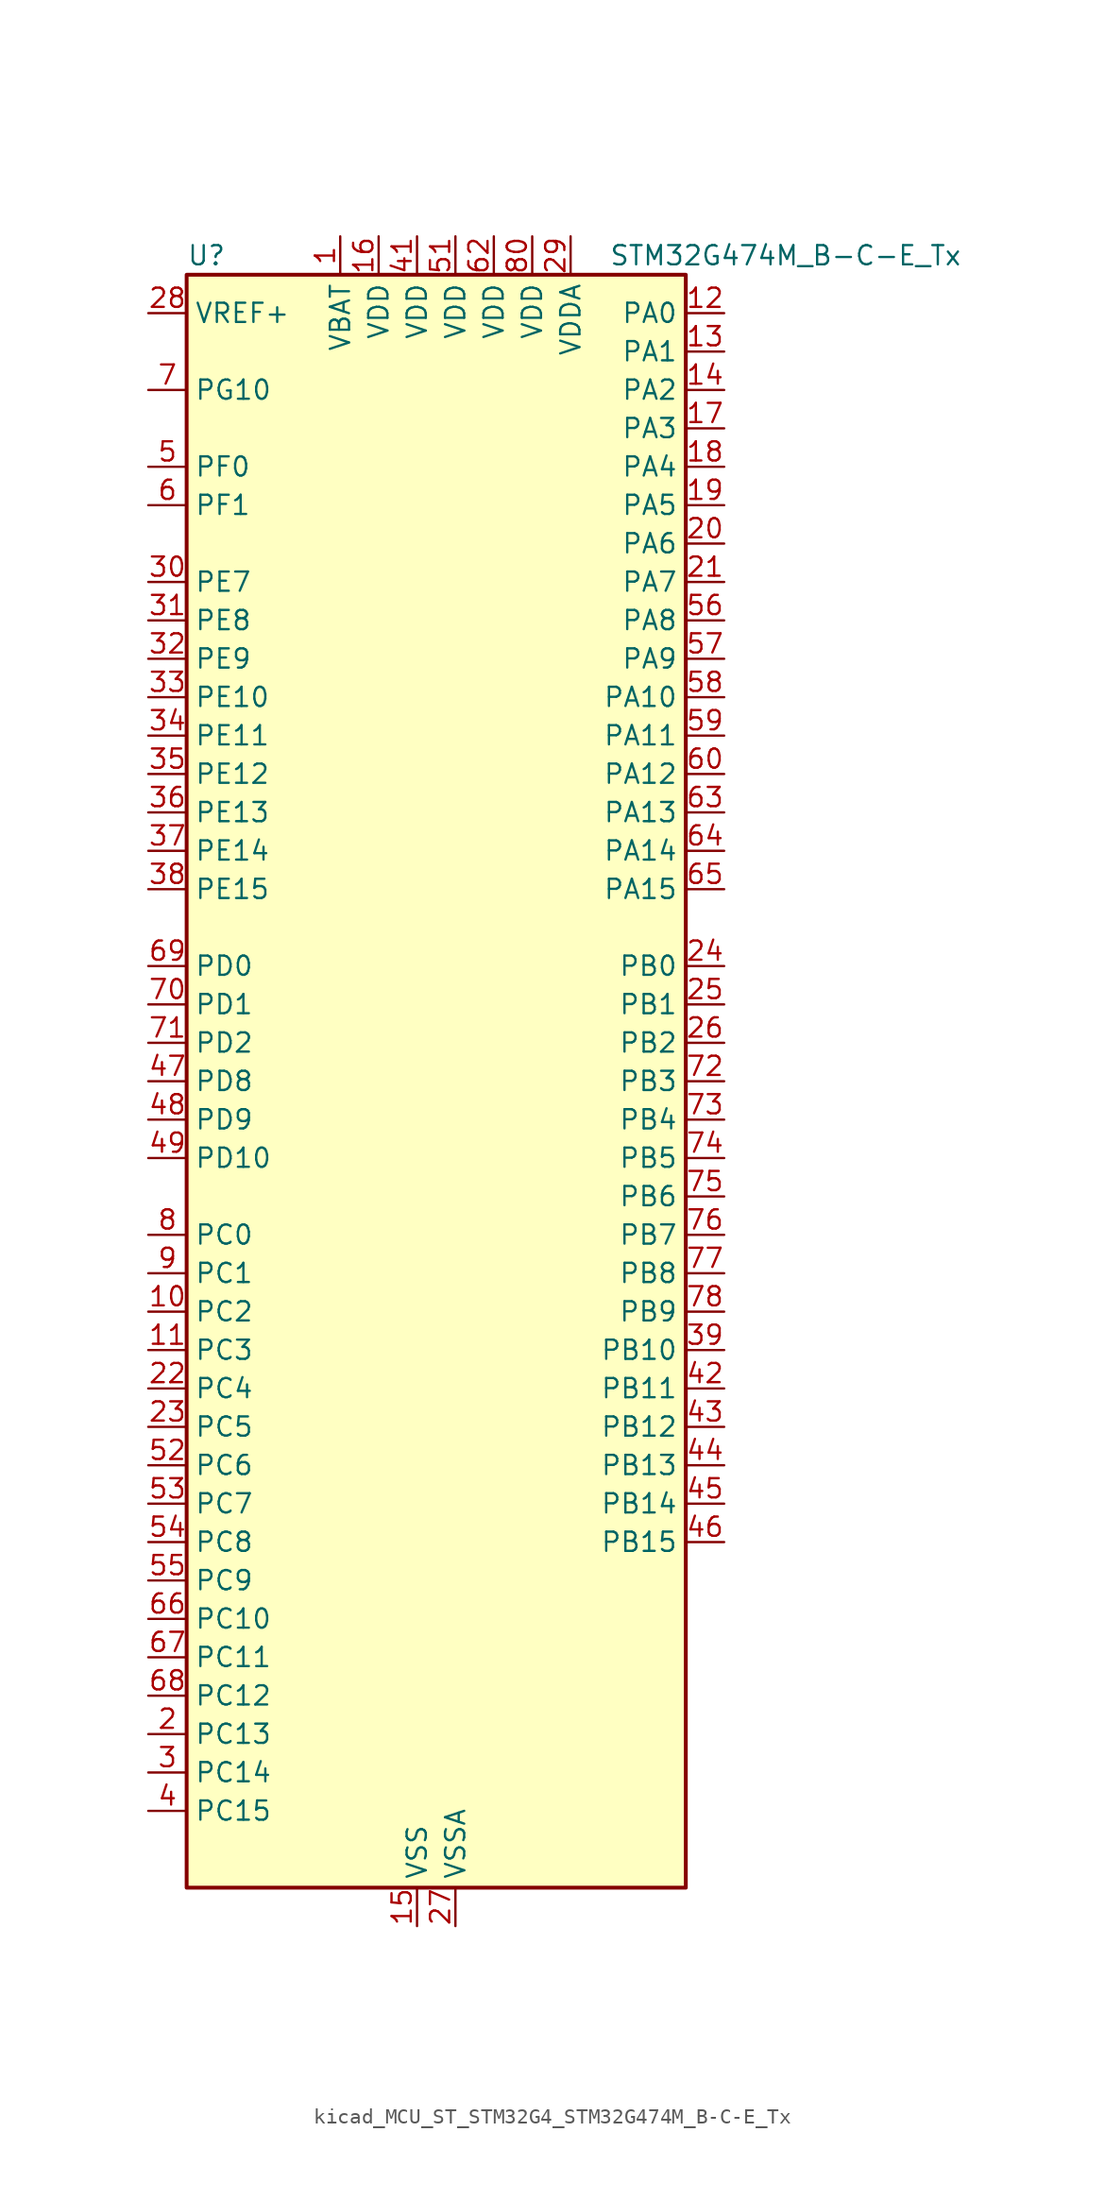
<source format=kicad_sym>
(kicad_symbol_lib
  (version 20220914)
  (generator kicad_symbol_editor)
  (symbol "kicad_MCU_ST_STM32G4_STM32G474M_B-C-E_Tx"
    (property "Reference" "U"
      (at -15.24 54.61 0)
      (effects (font (size 1.27 1.27)) (justify left)))
    (property "Value" "STM32G474M_B-C-E_Tx"
      (at 12.7 54.61 0)
      (effects (font (size 1.27 1.27)) (justify left)))
    (property "ki_locked" ""
      (at 0 0 0)
      (effects (font (size 1.27 1.27))))
    (symbol "kicad_MCU_ST_STM32G4_STM32G474M_B-C-E_Tx_0_1"
      (rectangle (start -15.24 -53.34) (end 17.78 53.34) (stroke (width 0.254) (type default)) (fill (type background))))
    (symbol "kicad_MCU_ST_STM32G4_STM32G474M_B-C-E_Tx_1_1"
      (pin power_in line (at -5.08 55.88 270) (length 2.54) (name "VBAT" (effects (font (size 1.27 1.27)))) (number "1" (effects (font (size 1.27 1.27)))))
      (pin bidirectional line (at -17.78 -15.24 0) (length 2.54) (name "PC2" (effects (font (size 1.27 1.27)))) (number "10" (effects (font (size 1.27 1.27)))) (alternate "ADC1_IN8" bidirectional line) (alternate "ADC2_IN8" bidirectional line) (alternate "ADC3_EXTI2" bidirectional line) (alternate "ADC4_EXTI2" bidirectional line) (alternate "ADC5_EXTI2" bidirectional line) (alternate "COMP3_OUT" bidirectional line) (alternate "LPTIM1_IN2" bidirectional line) (alternate "QUADSPI1_BK2_IO1" bidirectional line) (alternate "TIM1_CH3" bidirectional line) (alternate "TIM20_CH2" bidirectional line))
      (pin bidirectional line (at -17.78 -17.78 0) (length 2.54) (name "PC3" (effects (font (size 1.27 1.27)))) (number "11" (effects (font (size 1.27 1.27)))) (alternate "ADC1_IN9" bidirectional line) (alternate "ADC2_IN9" bidirectional line) (alternate "ADC3_EXTI3" bidirectional line) (alternate "ADC4_EXTI3" bidirectional line) (alternate "ADC5_EXTI3" bidirectional line) (alternate "LPTIM1_ETR" bidirectional line) (alternate "OPAMP5_VINP" bidirectional line) (alternate "OPAMP5_VINP_SEC" bidirectional line) (alternate "QUADSPI1_BK2_IO2" bidirectional line) (alternate "SAI1_D1" bidirectional line) (alternate "SAI1_SD_A" bidirectional line) (alternate "TIM1_BKIN2" bidirectional line) (alternate "TIM1_CH4" bidirectional line))
      (pin bidirectional line (at 20.32 50.8 180) (length 2.54) (name "PA0" (effects (font (size 1.27 1.27)))) (number "12" (effects (font (size 1.27 1.27)))) (alternate "ADC1_IN1" bidirectional line) (alternate "ADC2_IN1" bidirectional line) (alternate "COMP1_INM" bidirectional line) (alternate "COMP1_OUT" bidirectional line) (alternate "COMP3_INP" bidirectional line) (alternate "RTC_TAMP2" bidirectional line) (alternate "SYS_WKUP1" bidirectional line) (alternate "TIM2_CH1" bidirectional line) (alternate "TIM2_ETR" bidirectional line) (alternate "TIM5_CH1" bidirectional line) (alternate "TIM8_BKIN" bidirectional line) (alternate "TIM8_ETR" bidirectional line) (alternate "USART2_CTS" bidirectional line) (alternate "USART2_NSS" bidirectional line))
      (pin bidirectional line (at 20.32 48.26 180) (length 2.54) (name "PA1" (effects (font (size 1.27 1.27)))) (number "13" (effects (font (size 1.27 1.27)))) (alternate "ADC1_IN2" bidirectional line) (alternate "ADC2_IN2" bidirectional line) (alternate "COMP1_INP" bidirectional line) (alternate "OPAMP1_VINP" bidirectional line) (alternate "OPAMP1_VINP_SEC" bidirectional line) (alternate "OPAMP3_VINP" bidirectional line) (alternate "OPAMP3_VINP_SEC" bidirectional line) (alternate "OPAMP6_VINM" bidirectional line) (alternate "OPAMP6_VINM0" bidirectional line) (alternate "OPAMP6_VINM_SEC" bidirectional line) (alternate "RTC_REFIN" bidirectional line) (alternate "TIM15_CH1N" bidirectional line) (alternate "TIM2_CH2" bidirectional line) (alternate "TIM5_CH2" bidirectional line) (alternate "USART2_DE" bidirectional line) (alternate "USART2_RTS" bidirectional line))
      (pin bidirectional line (at 20.32 45.72 180) (length 2.54) (name "PA2" (effects (font (size 1.27 1.27)))) (number "14" (effects (font (size 1.27 1.27)))) (alternate "ADC1_IN3" bidirectional line) (alternate "ADC3_EXTI2" bidirectional line) (alternate "ADC4_EXTI2" bidirectional line) (alternate "ADC5_EXTI2" bidirectional line) (alternate "COMP2_INM" bidirectional line) (alternate "COMP2_OUT" bidirectional line) (alternate "LPUART1_TX" bidirectional line) (alternate "OPAMP1_VOUT" bidirectional line) (alternate "QUADSPI1_BK1_NCS" bidirectional line) (alternate "RCC_LSCO" bidirectional line) (alternate "SYS_WKUP4" bidirectional line) (alternate "TIM15_CH1" bidirectional line) (alternate "TIM2_CH3" bidirectional line) (alternate "TIM5_CH3" bidirectional line) (alternate "UCPD1_FRSTX1" bidirectional line) (alternate "UCPD1_FRSTX2" bidirectional line) (alternate "USART2_TX" bidirectional line))
      (pin power_in line (at 0 -55.88 90) (length 2.54) (name "VSS" (effects (font (size 1.27 1.27)))) (number "15" (effects (font (size 1.27 1.27)))))
      (pin power_in line (at -2.54 55.88 270) (length 2.54) (name "VDD" (effects (font (size 1.27 1.27)))) (number "16" (effects (font (size 1.27 1.27)))))
      (pin bidirectional line (at 20.32 43.18 180) (length 2.54) (name "PA3" (effects (font (size 1.27 1.27)))) (number "17" (effects (font (size 1.27 1.27)))) (alternate "ADC1_IN4" bidirectional line) (alternate "ADC3_EXTI3" bidirectional line) (alternate "ADC4_EXTI3" bidirectional line) (alternate "ADC5_EXTI3" bidirectional line) (alternate "COMP2_INP" bidirectional line) (alternate "LPUART1_RX" bidirectional line) (alternate "OPAMP1_VINM" bidirectional line) (alternate "OPAMP1_VINM0" bidirectional line) (alternate "OPAMP1_VINM_SEC" bidirectional line) (alternate "OPAMP1_VINP" bidirectional line) (alternate "OPAMP1_VINP_SEC" bidirectional line) (alternate "OPAMP5_VINM" bidirectional line) (alternate "OPAMP5_VINM1" bidirectional line) (alternate "OPAMP5_VINM_SEC" bidirectional line) (alternate "QUADSPI1_CLK" bidirectional line) (alternate "SAI1_CK1" bidirectional line) (alternate "SAI1_MCLK_A" bidirectional line) (alternate "TIM15_CH2" bidirectional line) (alternate "TIM2_CH4" bidirectional line) (alternate "TIM5_CH4" bidirectional line) (alternate "USART2_RX" bidirectional line))
      (pin bidirectional line (at 20.32 40.64 180) (length 2.54) (name "PA4" (effects (font (size 1.27 1.27)))) (number "18" (effects (font (size 1.27 1.27)))) (alternate "ADC2_IN17" bidirectional line) (alternate "COMP1_INM" bidirectional line) (alternate "DAC1_OUT1" bidirectional line) (alternate "I2S3_WS" bidirectional line) (alternate "SAI1_FS_B" bidirectional line) (alternate "SPI1_NSS" bidirectional line) (alternate "SPI3_NSS" bidirectional line) (alternate "TIM3_CH2" bidirectional line) (alternate "USART2_CK" bidirectional line))
      (pin bidirectional line (at 20.32 38.1 180) (length 2.54) (name "PA5" (effects (font (size 1.27 1.27)))) (number "19" (effects (font (size 1.27 1.27)))) (alternate "ADC2_IN13" bidirectional line) (alternate "COMP2_INM" bidirectional line) (alternate "DAC1_OUT2" bidirectional line) (alternate "OPAMP2_VINM" bidirectional line) (alternate "OPAMP2_VINM0" bidirectional line) (alternate "OPAMP2_VINM_SEC" bidirectional line) (alternate "SPI1_SCK" bidirectional line) (alternate "TIM2_CH1" bidirectional line) (alternate "TIM2_ETR" bidirectional line) (alternate "UCPD1_FRSTX1" bidirectional line) (alternate "UCPD1_FRSTX2" bidirectional line))
      (pin bidirectional line (at -17.78 -43.18 0) (length 2.54) (name "PC13" (effects (font (size 1.27 1.27)))) (number "2" (effects (font (size 1.27 1.27)))) (alternate "RTC_OUT1" bidirectional line) (alternate "RTC_TAMP1" bidirectional line) (alternate "RTC_TS" bidirectional line) (alternate "SYS_WKUP2" bidirectional line) (alternate "TIM1_BKIN" bidirectional line) (alternate "TIM1_CH1N" bidirectional line) (alternate "TIM8_CH4N" bidirectional line))
      (pin bidirectional line (at 20.32 35.56 180) (length 2.54) (name "PA6" (effects (font (size 1.27 1.27)))) (number "20" (effects (font (size 1.27 1.27)))) (alternate "ADC2_IN3" bidirectional line) (alternate "COMP1_OUT" bidirectional line) (alternate "DAC2_OUT1" bidirectional line) (alternate "LPUART1_CTS" bidirectional line) (alternate "OPAMP2_VOUT" bidirectional line) (alternate "QUADSPI1_BK1_IO3" bidirectional line) (alternate "SPI1_MISO" bidirectional line) (alternate "TIM16_CH1" bidirectional line) (alternate "TIM1_BKIN" bidirectional line) (alternate "TIM3_CH1" bidirectional line) (alternate "TIM8_BKIN" bidirectional line))
      (pin bidirectional line (at 20.32 33.02 180) (length 2.54) (name "PA7" (effects (font (size 1.27 1.27)))) (number "21" (effects (font (size 1.27 1.27)))) (alternate "ADC2_IN4" bidirectional line) (alternate "COMP2_INP" bidirectional line) (alternate "COMP2_OUT" bidirectional line) (alternate "OPAMP1_VINP" bidirectional line) (alternate "OPAMP1_VINP_SEC" bidirectional line) (alternate "OPAMP2_VINP" bidirectional line) (alternate "OPAMP2_VINP_SEC" bidirectional line) (alternate "QUADSPI1_BK1_IO2" bidirectional line) (alternate "SPI1_MOSI" bidirectional line) (alternate "TIM17_CH1" bidirectional line) (alternate "TIM1_CH1N" bidirectional line) (alternate "TIM3_CH2" bidirectional line) (alternate "TIM8_CH1N" bidirectional line) (alternate "UCPD1_FRSTX1" bidirectional line) (alternate "UCPD1_FRSTX2" bidirectional line))
      (pin bidirectional line (at -17.78 -20.32 0) (length 2.54) (name "PC4" (effects (font (size 1.27 1.27)))) (number "22" (effects (font (size 1.27 1.27)))) (alternate "ADC2_IN5" bidirectional line) (alternate "I2C2_SCL" bidirectional line) (alternate "QUADSPI1_BK2_IO3" bidirectional line) (alternate "TIM1_ETR" bidirectional line) (alternate "USART1_TX" bidirectional line))
      (pin bidirectional line (at -17.78 -22.86 0) (length 2.54) (name "PC5" (effects (font (size 1.27 1.27)))) (number "23" (effects (font (size 1.27 1.27)))) (alternate "ADC2_IN11" bidirectional line) (alternate "HRTIM1_EEV10" bidirectional line) (alternate "OPAMP1_VINM" bidirectional line) (alternate "OPAMP1_VINM1" bidirectional line) (alternate "OPAMP1_VINM_SEC" bidirectional line) (alternate "OPAMP2_VINM" bidirectional line) (alternate "OPAMP2_VINM1" bidirectional line) (alternate "OPAMP2_VINM_SEC" bidirectional line) (alternate "SAI1_D3" bidirectional line) (alternate "SYS_WKUP5" bidirectional line) (alternate "TIM15_BKIN" bidirectional line) (alternate "TIM1_CH4N" bidirectional line) (alternate "USART1_RX" bidirectional line))
      (pin bidirectional line (at 20.32 7.62 180) (length 2.54) (name "PB0" (effects (font (size 1.27 1.27)))) (number "24" (effects (font (size 1.27 1.27)))) (alternate "ADC1_IN15" bidirectional line) (alternate "ADC3_IN12" bidirectional line) (alternate "COMP4_INP" bidirectional line) (alternate "HRTIM1_FLT5" bidirectional line) (alternate "OPAMP2_VINP" bidirectional line) (alternate "OPAMP2_VINP_SEC" bidirectional line) (alternate "OPAMP3_VINP" bidirectional line) (alternate "OPAMP3_VINP_SEC" bidirectional line) (alternate "QUADSPI1_BK1_IO1" bidirectional line) (alternate "TIM1_CH2N" bidirectional line) (alternate "TIM3_CH3" bidirectional line) (alternate "TIM8_CH2N" bidirectional line) (alternate "UCPD1_FRSTX1" bidirectional line) (alternate "UCPD1_FRSTX2" bidirectional line))
      (pin bidirectional line (at 20.32 5.08 180) (length 2.54) (name "PB1" (effects (font (size 1.27 1.27)))) (number "25" (effects (font (size 1.27 1.27)))) (alternate "ADC1_IN12" bidirectional line) (alternate "ADC3_IN1" bidirectional line) (alternate "COMP1_INP" bidirectional line) (alternate "COMP4_OUT" bidirectional line) (alternate "HRTIM1_SCOUT" bidirectional line) (alternate "LPUART1_DE" bidirectional line) (alternate "LPUART1_RTS" bidirectional line) (alternate "OPAMP3_VOUT" bidirectional line) (alternate "OPAMP6_VINM" bidirectional line) (alternate "OPAMP6_VINM1" bidirectional line) (alternate "OPAMP6_VINM_SEC" bidirectional line) (alternate "QUADSPI1_BK1_IO0" bidirectional line) (alternate "TIM1_CH3N" bidirectional line) (alternate "TIM3_CH4" bidirectional line) (alternate "TIM8_CH3N" bidirectional line))
      (pin bidirectional line (at 20.32 2.54 180) (length 2.54) (name "PB2" (effects (font (size 1.27 1.27)))) (number "26" (effects (font (size 1.27 1.27)))) (alternate "ADC2_IN12" bidirectional line) (alternate "ADC3_EXTI2" bidirectional line) (alternate "ADC4_EXTI2" bidirectional line) (alternate "ADC5_EXTI2" bidirectional line) (alternate "COMP4_INM" bidirectional line) (alternate "HRTIM1_SCIN" bidirectional line) (alternate "I2C3_SMBA" bidirectional line) (alternate "LPTIM1_OUT" bidirectional line) (alternate "OPAMP3_VINM" bidirectional line) (alternate "OPAMP3_VINM0" bidirectional line) (alternate "OPAMP3_VINM_SEC" bidirectional line) (alternate "QUADSPI1_BK2_IO1" bidirectional line) (alternate "RTC_OUT2" bidirectional line) (alternate "TIM20_CH1" bidirectional line) (alternate "TIM5_CH1" bidirectional line))
      (pin power_in line (at 2.54 -55.88 90) (length 2.54) (name "VSSA" (effects (font (size 1.27 1.27)))) (number "27" (effects (font (size 1.27 1.27)))))
      (pin input line (at -17.78 50.8 0) (length 2.54) (name "VREF+" (effects (font (size 1.27 1.27)))) (number "28" (effects (font (size 1.27 1.27)))) (alternate "VREFBUF_OUT" bidirectional line))
      (pin power_in line (at 10.16 55.88 270) (length 2.54) (name "VDDA" (effects (font (size 1.27 1.27)))) (number "29" (effects (font (size 1.27 1.27)))))
      (pin bidirectional line (at -17.78 -45.72 0) (length 2.54) (name "PC14" (effects (font (size 1.27 1.27)))) (number "3" (effects (font (size 1.27 1.27)))) (alternate "RCC_OSC32_IN" bidirectional line))
      (pin bidirectional line (at -17.78 33.02 0) (length 2.54) (name "PE7" (effects (font (size 1.27 1.27)))) (number "30" (effects (font (size 1.27 1.27)))) (alternate "ADC3_IN4" bidirectional line) (alternate "COMP4_INP" bidirectional line) (alternate "SAI1_SD_B" bidirectional line) (alternate "TIM1_ETR" bidirectional line))
      (pin bidirectional line (at -17.78 30.48 0) (length 2.54) (name "PE8" (effects (font (size 1.27 1.27)))) (number "31" (effects (font (size 1.27 1.27)))) (alternate "ADC3_IN6" bidirectional line) (alternate "ADC4_IN6" bidirectional line) (alternate "ADC5_IN6" bidirectional line) (alternate "COMP4_INM" bidirectional line) (alternate "SAI1_SCK_B" bidirectional line) (alternate "TIM1_CH1N" bidirectional line) (alternate "TIM5_CH3" bidirectional line))
      (pin bidirectional line (at -17.78 27.94 0) (length 2.54) (name "PE9" (effects (font (size 1.27 1.27)))) (number "32" (effects (font (size 1.27 1.27)))) (alternate "ADC3_IN2" bidirectional line) (alternate "DAC1_EXTI9" bidirectional line) (alternate "DAC2_EXTI9" bidirectional line) (alternate "DAC3_EXTI9" bidirectional line) (alternate "DAC4_EXTI9" bidirectional line) (alternate "SAI1_FS_B" bidirectional line) (alternate "TIM1_CH1" bidirectional line) (alternate "TIM5_CH4" bidirectional line))
      (pin bidirectional line (at -17.78 25.4 0) (length 2.54) (name "PE10" (effects (font (size 1.27 1.27)))) (number "33" (effects (font (size 1.27 1.27)))) (alternate "ADC3_IN14" bidirectional line) (alternate "ADC4_IN14" bidirectional line) (alternate "ADC5_IN14" bidirectional line) (alternate "DAC1_EXTI10" bidirectional line) (alternate "DAC2_EXTI10" bidirectional line) (alternate "DAC3_EXTI10" bidirectional line) (alternate "DAC4_EXTI10" bidirectional line) (alternate "QUADSPI1_CLK" bidirectional line) (alternate "SAI1_MCLK_B" bidirectional line) (alternate "TIM1_CH2N" bidirectional line))
      (pin bidirectional line (at -17.78 22.86 0) (length 2.54) (name "PE11" (effects (font (size 1.27 1.27)))) (number "34" (effects (font (size 1.27 1.27)))) (alternate "ADC1_EXTI11" bidirectional line) (alternate "ADC2_EXTI11" bidirectional line) (alternate "ADC3_IN15" bidirectional line) (alternate "ADC4_IN15" bidirectional line) (alternate "ADC5_IN15" bidirectional line) (alternate "QUADSPI1_BK1_NCS" bidirectional line) (alternate "SPI4_NSS" bidirectional line) (alternate "TIM1_CH2" bidirectional line))
      (pin bidirectional line (at -17.78 20.32 0) (length 2.54) (name "PE12" (effects (font (size 1.27 1.27)))) (number "35" (effects (font (size 1.27 1.27)))) (alternate "ADC3_IN16" bidirectional line) (alternate "ADC4_IN16" bidirectional line) (alternate "ADC5_IN16" bidirectional line) (alternate "QUADSPI1_BK1_IO0" bidirectional line) (alternate "SPI4_SCK" bidirectional line) (alternate "TIM1_CH3N" bidirectional line))
      (pin bidirectional line (at -17.78 17.78 0) (length 2.54) (name "PE13" (effects (font (size 1.27 1.27)))) (number "36" (effects (font (size 1.27 1.27)))) (alternate "ADC3_IN3" bidirectional line) (alternate "QUADSPI1_BK1_IO1" bidirectional line) (alternate "SPI4_MISO" bidirectional line) (alternate "TIM1_CH3" bidirectional line))
      (pin bidirectional line (at -17.78 15.24 0) (length 2.54) (name "PE14" (effects (font (size 1.27 1.27)))) (number "37" (effects (font (size 1.27 1.27)))) (alternate "ADC4_IN1" bidirectional line) (alternate "QUADSPI1_BK1_IO2" bidirectional line) (alternate "SPI4_MOSI" bidirectional line) (alternate "TIM1_BKIN2" bidirectional line) (alternate "TIM1_CH4" bidirectional line))
      (pin bidirectional line (at -17.78 12.7 0) (length 2.54) (name "PE15" (effects (font (size 1.27 1.27)))) (number "38" (effects (font (size 1.27 1.27)))) (alternate "ADC1_EXTI15" bidirectional line) (alternate "ADC2_EXTI15" bidirectional line) (alternate "ADC4_IN2" bidirectional line) (alternate "QUADSPI1_BK1_IO3" bidirectional line) (alternate "TIM1_BKIN" bidirectional line) (alternate "TIM1_CH4N" bidirectional line) (alternate "USART3_RX" bidirectional line))
      (pin bidirectional line (at 20.32 -17.78 180) (length 2.54) (name "PB10" (effects (font (size 1.27 1.27)))) (number "39" (effects (font (size 1.27 1.27)))) (alternate "COMP5_INM" bidirectional line) (alternate "DAC1_EXTI10" bidirectional line) (alternate "DAC2_EXTI10" bidirectional line) (alternate "DAC3_EXTI10" bidirectional line) (alternate "DAC4_EXTI10" bidirectional line) (alternate "HRTIM1_FLT3" bidirectional line) (alternate "LPUART1_RX" bidirectional line) (alternate "OPAMP3_VINM" bidirectional line) (alternate "OPAMP3_VINM1" bidirectional line) (alternate "OPAMP3_VINM_SEC" bidirectional line) (alternate "OPAMP4_VINM" bidirectional line) (alternate "OPAMP4_VINM0" bidirectional line) (alternate "OPAMP4_VINM_SEC" bidirectional line) (alternate "QUADSPI1_CLK" bidirectional line) (alternate "SAI1_SCK_A" bidirectional line) (alternate "TIM1_BKIN" bidirectional line) (alternate "TIM2_CH3" bidirectional line) (alternate "USART3_TX" bidirectional line))
      (pin bidirectional line (at -17.78 -48.26 0) (length 2.54) (name "PC15" (effects (font (size 1.27 1.27)))) (number "4" (effects (font (size 1.27 1.27)))) (alternate "ADC1_EXTI15" bidirectional line) (alternate "ADC2_EXTI15" bidirectional line) (alternate "RCC_OSC32_OUT" bidirectional line))
      (pin passive line (at 0 -55.88 90) (length 2.54) hide (name "VSS" (effects (font (size 1.27 1.27)))) (number "40" (effects (font (size 1.27 1.27)))))
      (pin power_in line (at 0 55.88 270) (length 2.54) (name "VDD" (effects (font (size 1.27 1.27)))) (number "41" (effects (font (size 1.27 1.27)))))
      (pin bidirectional line (at 20.32 -20.32 180) (length 2.54) (name "PB11" (effects (font (size 1.27 1.27)))) (number "42" (effects (font (size 1.27 1.27)))) (alternate "ADC1_EXTI11" bidirectional line) (alternate "ADC1_IN14" bidirectional line) (alternate "ADC2_EXTI11" bidirectional line) (alternate "ADC2_IN14" bidirectional line) (alternate "COMP6_INP" bidirectional line) (alternate "HRTIM1_FLT4" bidirectional line) (alternate "LPUART1_TX" bidirectional line) (alternate "OPAMP4_VINP" bidirectional line) (alternate "OPAMP4_VINP_SEC" bidirectional line) (alternate "OPAMP6_VOUT" bidirectional line) (alternate "QUADSPI1_BK1_NCS" bidirectional line) (alternate "TIM2_CH4" bidirectional line) (alternate "USART3_RX" bidirectional line))
      (pin bidirectional line (at 20.32 -22.86 180) (length 2.54) (name "PB12" (effects (font (size 1.27 1.27)))) (number "43" (effects (font (size 1.27 1.27)))) (alternate "ADC1_IN11" bidirectional line) (alternate "ADC4_IN3" bidirectional line) (alternate "COMP7_INM" bidirectional line) (alternate "FDCAN2_RX" bidirectional line) (alternate "HRTIM1_CHC1" bidirectional line) (alternate "I2C2_SMBA" bidirectional line) (alternate "I2S2_WS" bidirectional line) (alternate "LPUART1_DE" bidirectional line) (alternate "LPUART1_RTS" bidirectional line) (alternate "OPAMP4_VOUT" bidirectional line) (alternate "OPAMP6_VINP" bidirectional line) (alternate "OPAMP6_VINP_SEC" bidirectional line) (alternate "SPI2_NSS" bidirectional line) (alternate "TIM1_BKIN" bidirectional line) (alternate "TIM5_ETR" bidirectional line) (alternate "USART3_CK" bidirectional line))
      (pin bidirectional line (at 20.32 -25.4 180) (length 2.54) (name "PB13" (effects (font (size 1.27 1.27)))) (number "44" (effects (font (size 1.27 1.27)))) (alternate "ADC3_IN5" bidirectional line) (alternate "COMP5_INP" bidirectional line) (alternate "FDCAN2_TX" bidirectional line) (alternate "HRTIM1_CHC2" bidirectional line) (alternate "I2S2_CK" bidirectional line) (alternate "LPUART1_CTS" bidirectional line) (alternate "OPAMP3_VINP" bidirectional line) (alternate "OPAMP3_VINP_SEC" bidirectional line) (alternate "OPAMP4_VINP" bidirectional line) (alternate "OPAMP4_VINP_SEC" bidirectional line) (alternate "OPAMP6_VINP" bidirectional line) (alternate "OPAMP6_VINP_SEC" bidirectional line) (alternate "SPI2_SCK" bidirectional line) (alternate "TIM1_CH1N" bidirectional line) (alternate "USART3_CTS" bidirectional line) (alternate "USART3_NSS" bidirectional line))
      (pin bidirectional line (at 20.32 -27.94 180) (length 2.54) (name "PB14" (effects (font (size 1.27 1.27)))) (number "45" (effects (font (size 1.27 1.27)))) (alternate "ADC1_IN5" bidirectional line) (alternate "ADC4_IN4" bidirectional line) (alternate "COMP4_OUT" bidirectional line) (alternate "COMP7_INP" bidirectional line) (alternate "HRTIM1_CHD1" bidirectional line) (alternate "OPAMP2_VINP" bidirectional line) (alternate "OPAMP2_VINP_SEC" bidirectional line) (alternate "OPAMP5_VINP" bidirectional line) (alternate "OPAMP5_VINP_SEC" bidirectional line) (alternate "SPI2_MISO" bidirectional line) (alternate "TIM15_CH1" bidirectional line) (alternate "TIM1_CH2N" bidirectional line) (alternate "USART3_DE" bidirectional line) (alternate "USART3_RTS" bidirectional line))
      (pin bidirectional line (at 20.32 -30.48 180) (length 2.54) (name "PB15" (effects (font (size 1.27 1.27)))) (number "46" (effects (font (size 1.27 1.27)))) (alternate "ADC1_EXTI15" bidirectional line) (alternate "ADC2_EXTI15" bidirectional line) (alternate "ADC2_IN15" bidirectional line) (alternate "ADC4_IN5" bidirectional line) (alternate "COMP3_OUT" bidirectional line) (alternate "COMP6_INM" bidirectional line) (alternate "HRTIM1_CHD2" bidirectional line) (alternate "I2S2_SD" bidirectional line) (alternate "OPAMP5_VINM" bidirectional line) (alternate "OPAMP5_VINM0" bidirectional line) (alternate "OPAMP5_VINM_SEC" bidirectional line) (alternate "RTC_REFIN" bidirectional line) (alternate "SPI2_MOSI" bidirectional line) (alternate "TIM15_CH1N" bidirectional line) (alternate "TIM15_CH2" bidirectional line) (alternate "TIM1_CH3N" bidirectional line))
      (pin bidirectional line (at -17.78 0 0) (length 2.54) (name "PD8" (effects (font (size 1.27 1.27)))) (number "47" (effects (font (size 1.27 1.27)))) (alternate "ADC4_IN12" bidirectional line) (alternate "ADC5_IN12" bidirectional line) (alternate "OPAMP4_VINM" bidirectional line) (alternate "OPAMP4_VINM1" bidirectional line) (alternate "OPAMP4_VINM_SEC" bidirectional line) (alternate "USART3_TX" bidirectional line))
      (pin bidirectional line (at -17.78 -2.54 0) (length 2.54) (name "PD9" (effects (font (size 1.27 1.27)))) (number "48" (effects (font (size 1.27 1.27)))) (alternate "ADC4_IN13" bidirectional line) (alternate "ADC5_IN13" bidirectional line) (alternate "DAC1_EXTI9" bidirectional line) (alternate "DAC2_EXTI9" bidirectional line) (alternate "DAC3_EXTI9" bidirectional line) (alternate "DAC4_EXTI9" bidirectional line) (alternate "OPAMP6_VINP" bidirectional line) (alternate "OPAMP6_VINP_SEC" bidirectional line) (alternate "USART3_RX" bidirectional line))
      (pin bidirectional line (at -17.78 -5.08 0) (length 2.54) (name "PD10" (effects (font (size 1.27 1.27)))) (number "49" (effects (font (size 1.27 1.27)))) (alternate "ADC3_IN7" bidirectional line) (alternate "ADC4_IN7" bidirectional line) (alternate "ADC5_IN7" bidirectional line) (alternate "COMP6_INM" bidirectional line) (alternate "DAC1_EXTI10" bidirectional line) (alternate "DAC2_EXTI10" bidirectional line) (alternate "DAC3_EXTI10" bidirectional line) (alternate "DAC4_EXTI10" bidirectional line) (alternate "USART3_CK" bidirectional line))
      (pin bidirectional line (at -17.78 40.64 0) (length 2.54) (name "PF0" (effects (font (size 1.27 1.27)))) (number "5" (effects (font (size 1.27 1.27)))) (alternate "ADC1_IN10" bidirectional line) (alternate "I2C2_SDA" bidirectional line) (alternate "I2S2_WS" bidirectional line) (alternate "RCC_OSC_IN" bidirectional line) (alternate "SPI2_NSS" bidirectional line) (alternate "TIM1_CH3N" bidirectional line))
      (pin passive line (at 0 -55.88 90) (length 2.54) hide (name "VSS" (effects (font (size 1.27 1.27)))) (number "50" (effects (font (size 1.27 1.27)))))
      (pin power_in line (at 2.54 55.88 270) (length 2.54) (name "VDD" (effects (font (size 1.27 1.27)))) (number "51" (effects (font (size 1.27 1.27)))))
      (pin bidirectional line (at -17.78 -25.4 0) (length 2.54) (name "PC6" (effects (font (size 1.27 1.27)))) (number "52" (effects (font (size 1.27 1.27)))) (alternate "COMP6_OUT" bidirectional line) (alternate "HRTIM1_CHF1" bidirectional line) (alternate "HRTIM1_EEV10" bidirectional line) (alternate "I2C4_SCL" bidirectional line) (alternate "I2S2_MCK" bidirectional line) (alternate "TIM3_CH1" bidirectional line) (alternate "TIM8_CH1" bidirectional line))
      (pin bidirectional line (at -17.78 -27.94 0) (length 2.54) (name "PC7" (effects (font (size 1.27 1.27)))) (number "53" (effects (font (size 1.27 1.27)))) (alternate "COMP5_OUT" bidirectional line) (alternate "HRTIM1_CHF2" bidirectional line) (alternate "HRTIM1_FLT5" bidirectional line) (alternate "I2C4_SDA" bidirectional line) (alternate "I2S3_MCK" bidirectional line) (alternate "TIM3_CH2" bidirectional line) (alternate "TIM8_CH2" bidirectional line))
      (pin bidirectional line (at -17.78 -30.48 0) (length 2.54) (name "PC8" (effects (font (size 1.27 1.27)))) (number "54" (effects (font (size 1.27 1.27)))) (alternate "COMP7_OUT" bidirectional line) (alternate "HRTIM1_CHE1" bidirectional line) (alternate "I2C3_SCL" bidirectional line) (alternate "TIM20_CH3" bidirectional line) (alternate "TIM3_CH3" bidirectional line) (alternate "TIM8_CH3" bidirectional line))
      (pin bidirectional line (at -17.78 -33.02 0) (length 2.54) (name "PC9" (effects (font (size 1.27 1.27)))) (number "55" (effects (font (size 1.27 1.27)))) (alternate "DAC1_EXTI9" bidirectional line) (alternate "DAC2_EXTI9" bidirectional line) (alternate "DAC3_EXTI9" bidirectional line) (alternate "DAC4_EXTI9" bidirectional line) (alternate "HRTIM1_CHE2" bidirectional line) (alternate "I2C3_SDA" bidirectional line) (alternate "I2S_CKIN" bidirectional line) (alternate "TIM3_CH4" bidirectional line) (alternate "TIM8_BKIN2" bidirectional line) (alternate "TIM8_CH4" bidirectional line))
      (pin bidirectional line (at 20.32 30.48 180) (length 2.54) (name "PA8" (effects (font (size 1.27 1.27)))) (number "56" (effects (font (size 1.27 1.27)))) (alternate "ADC5_IN1" bidirectional line) (alternate "COMP7_OUT" bidirectional line) (alternate "FDCAN3_RX" bidirectional line) (alternate "HRTIM1_CHA1" bidirectional line) (alternate "I2C2_SDA" bidirectional line) (alternate "I2C3_SCL" bidirectional line) (alternate "I2S2_MCK" bidirectional line) (alternate "OPAMP5_VOUT" bidirectional line) (alternate "RCC_MCO" bidirectional line) (alternate "SAI1_CK2" bidirectional line) (alternate "SAI1_SCK_A" bidirectional line) (alternate "TIM1_CH1" bidirectional line) (alternate "TIM4_ETR" bidirectional line) (alternate "USART1_CK" bidirectional line))
      (pin bidirectional line (at 20.32 27.94 180) (length 2.54) (name "PA9" (effects (font (size 1.27 1.27)))) (number "57" (effects (font (size 1.27 1.27)))) (alternate "ADC5_IN2" bidirectional line) (alternate "COMP5_OUT" bidirectional line) (alternate "DAC1_EXTI9" bidirectional line) (alternate "DAC2_EXTI9" bidirectional line) (alternate "DAC3_EXTI9" bidirectional line) (alternate "DAC4_EXTI9" bidirectional line) (alternate "HRTIM1_CHA2" bidirectional line) (alternate "I2C2_SCL" bidirectional line) (alternate "I2C3_SMBA" bidirectional line) (alternate "I2S3_MCK" bidirectional line) (alternate "SAI1_FS_A" bidirectional line) (alternate "TIM15_BKIN" bidirectional line) (alternate "TIM1_CH2" bidirectional line) (alternate "TIM2_CH3" bidirectional line) (alternate "UCPD1_DBCC1" bidirectional line) (alternate "USART1_TX" bidirectional line))
      (pin bidirectional line (at 20.32 25.4 180) (length 2.54) (name "PA10" (effects (font (size 1.27 1.27)))) (number "58" (effects (font (size 1.27 1.27)))) (alternate "COMP6_OUT" bidirectional line) (alternate "CRS_SYNC" bidirectional line) (alternate "DAC1_EXTI10" bidirectional line) (alternate "DAC2_EXTI10" bidirectional line) (alternate "DAC3_EXTI10" bidirectional line) (alternate "DAC4_EXTI10" bidirectional line) (alternate "HRTIM1_CHB1" bidirectional line) (alternate "I2C2_SMBA" bidirectional line) (alternate "SAI1_D1" bidirectional line) (alternate "SAI1_SD_A" bidirectional line) (alternate "SPI2_MISO" bidirectional line) (alternate "TIM17_BKIN" bidirectional line) (alternate "TIM1_CH3" bidirectional line) (alternate "TIM2_CH4" bidirectional line) (alternate "TIM8_BKIN" bidirectional line) (alternate "UCPD1_DBCC2" bidirectional line) (alternate "USART1_RX" bidirectional line))
      (pin bidirectional line (at 20.32 22.86 180) (length 2.54) (name "PA11" (effects (font (size 1.27 1.27)))) (number "59" (effects (font (size 1.27 1.27)))) (alternate "ADC1_EXTI11" bidirectional line) (alternate "ADC2_EXTI11" bidirectional line) (alternate "COMP1_OUT" bidirectional line) (alternate "FDCAN1_RX" bidirectional line) (alternate "HRTIM1_CHB2" bidirectional line) (alternate "I2S2_SD" bidirectional line) (alternate "SPI2_MOSI" bidirectional line) (alternate "TIM1_BKIN2" bidirectional line) (alternate "TIM1_CH1N" bidirectional line) (alternate "TIM1_CH4" bidirectional line) (alternate "TIM4_CH1" bidirectional line) (alternate "USART1_CTS" bidirectional line) (alternate "USART1_NSS" bidirectional line) (alternate "USB_DM" bidirectional line))
      (pin bidirectional line (at -17.78 38.1 0) (length 2.54) (name "PF1" (effects (font (size 1.27 1.27)))) (number "6" (effects (font (size 1.27 1.27)))) (alternate "ADC2_IN10" bidirectional line) (alternate "COMP3_INM" bidirectional line) (alternate "I2S2_CK" bidirectional line) (alternate "RCC_OSC_OUT" bidirectional line) (alternate "SPI2_SCK" bidirectional line))
      (pin bidirectional line (at 20.32 20.32 180) (length 2.54) (name "PA12" (effects (font (size 1.27 1.27)))) (number "60" (effects (font (size 1.27 1.27)))) (alternate "COMP2_OUT" bidirectional line) (alternate "FDCAN1_TX" bidirectional line) (alternate "HRTIM1_FLT1" bidirectional line) (alternate "I2S_CKIN" bidirectional line) (alternate "TIM16_CH1" bidirectional line) (alternate "TIM1_CH2N" bidirectional line) (alternate "TIM1_ETR" bidirectional line) (alternate "TIM4_CH2" bidirectional line) (alternate "USART1_DE" bidirectional line) (alternate "USART1_RTS" bidirectional line) (alternate "USB_DP" bidirectional line))
      (pin passive line (at 0 -55.88 90) (length 2.54) hide (name "VSS" (effects (font (size 1.27 1.27)))) (number "61" (effects (font (size 1.27 1.27)))))
      (pin power_in line (at 5.08 55.88 270) (length 2.54) (name "VDD" (effects (font (size 1.27 1.27)))) (number "62" (effects (font (size 1.27 1.27)))))
      (pin bidirectional line (at 20.32 17.78 180) (length 2.54) (name "PA13" (effects (font (size 1.27 1.27)))) (number "63" (effects (font (size 1.27 1.27)))) (alternate "I2C1_SCL" bidirectional line) (alternate "I2C4_SCL" bidirectional line) (alternate "IR_OUT" bidirectional line) (alternate "SAI1_SD_B" bidirectional line) (alternate "SYS_JTMS-SWDIO" bidirectional line) (alternate "TIM16_CH1N" bidirectional line) (alternate "TIM4_CH3" bidirectional line) (alternate "USART3_CTS" bidirectional line) (alternate "USART3_NSS" bidirectional line))
      (pin bidirectional line (at 20.32 15.24 180) (length 2.54) (name "PA14" (effects (font (size 1.27 1.27)))) (number "64" (effects (font (size 1.27 1.27)))) (alternate "I2C1_SDA" bidirectional line) (alternate "I2C4_SMBA" bidirectional line) (alternate "LPTIM1_OUT" bidirectional line) (alternate "SAI1_FS_B" bidirectional line) (alternate "SYS_JTCK-SWCLK" bidirectional line) (alternate "TIM1_BKIN" bidirectional line) (alternate "TIM8_CH2" bidirectional line) (alternate "USART2_TX" bidirectional line))
      (pin bidirectional line (at 20.32 12.7 180) (length 2.54) (name "PA15" (effects (font (size 1.27 1.27)))) (number "65" (effects (font (size 1.27 1.27)))) (alternate "ADC1_EXTI15" bidirectional line) (alternate "ADC2_EXTI15" bidirectional line) (alternate "FDCAN3_TX" bidirectional line) (alternate "HRTIM1_FLT2" bidirectional line) (alternate "I2C1_SCL" bidirectional line) (alternate "I2S3_WS" bidirectional line) (alternate "SPI1_NSS" bidirectional line) (alternate "SPI3_NSS" bidirectional line) (alternate "SYS_JTDI" bidirectional line) (alternate "TIM1_BKIN" bidirectional line) (alternate "TIM2_CH1" bidirectional line) (alternate "TIM2_ETR" bidirectional line) (alternate "TIM8_CH1" bidirectional line) (alternate "UART4_DE" bidirectional line) (alternate "UART4_RTS" bidirectional line) (alternate "USART2_RX" bidirectional line))
      (pin bidirectional line (at -17.78 -35.56 0) (length 2.54) (name "PC10" (effects (font (size 1.27 1.27)))) (number "66" (effects (font (size 1.27 1.27)))) (alternate "DAC1_EXTI10" bidirectional line) (alternate "DAC2_EXTI10" bidirectional line) (alternate "DAC3_EXTI10" bidirectional line) (alternate "DAC4_EXTI10" bidirectional line) (alternate "HRTIM1_FLT6" bidirectional line) (alternate "I2S3_CK" bidirectional line) (alternate "SPI3_SCK" bidirectional line) (alternate "TIM8_CH1N" bidirectional line) (alternate "UART4_TX" bidirectional line) (alternate "USART3_TX" bidirectional line))
      (pin bidirectional line (at -17.78 -38.1 0) (length 2.54) (name "PC11" (effects (font (size 1.27 1.27)))) (number "67" (effects (font (size 1.27 1.27)))) (alternate "ADC1_EXTI11" bidirectional line) (alternate "ADC2_EXTI11" bidirectional line) (alternate "HRTIM1_EEV2" bidirectional line) (alternate "I2C3_SDA" bidirectional line) (alternate "SPI3_MISO" bidirectional line) (alternate "TIM8_CH2N" bidirectional line) (alternate "UART4_RX" bidirectional line) (alternate "USART3_RX" bidirectional line))
      (pin bidirectional line (at -17.78 -40.64 0) (length 2.54) (name "PC12" (effects (font (size 1.27 1.27)))) (number "68" (effects (font (size 1.27 1.27)))) (alternate "HRTIM1_EEV1" bidirectional line) (alternate "I2S3_SD" bidirectional line) (alternate "SPI3_MOSI" bidirectional line) (alternate "TIM5_CH2" bidirectional line) (alternate "TIM8_CH3N" bidirectional line) (alternate "UART5_TX" bidirectional line) (alternate "UCPD1_FRSTX1" bidirectional line) (alternate "UCPD1_FRSTX2" bidirectional line) (alternate "USART3_CK" bidirectional line))
      (pin bidirectional line (at -17.78 7.62 0) (length 2.54) (name "PD0" (effects (font (size 1.27 1.27)))) (number "69" (effects (font (size 1.27 1.27)))) (alternate "FDCAN1_RX" bidirectional line) (alternate "TIM8_CH4N" bidirectional line))
      (pin bidirectional line (at -17.78 45.72 0) (length 2.54) (name "PG10" (effects (font (size 1.27 1.27)))) (number "7" (effects (font (size 1.27 1.27)))) (alternate "DAC1_EXTI10" bidirectional line) (alternate "DAC2_EXTI10" bidirectional line) (alternate "DAC3_EXTI10" bidirectional line) (alternate "DAC4_EXTI10" bidirectional line) (alternate "RCC_MCO" bidirectional line))
      (pin bidirectional line (at -17.78 5.08 0) (length 2.54) (name "PD1" (effects (font (size 1.27 1.27)))) (number "70" (effects (font (size 1.27 1.27)))) (alternate "FDCAN1_TX" bidirectional line) (alternate "TIM8_BKIN2" bidirectional line) (alternate "TIM8_CH4" bidirectional line))
      (pin bidirectional line (at -17.78 2.54 0) (length 2.54) (name "PD2" (effects (font (size 1.27 1.27)))) (number "71" (effects (font (size 1.27 1.27)))) (alternate "ADC3_EXTI2" bidirectional line) (alternate "ADC4_EXTI2" bidirectional line) (alternate "ADC5_EXTI2" bidirectional line) (alternate "TIM3_ETR" bidirectional line) (alternate "TIM8_BKIN" bidirectional line) (alternate "UART5_RX" bidirectional line))
      (pin bidirectional line (at 20.32 0 180) (length 2.54) (name "PB3" (effects (font (size 1.27 1.27)))) (number "72" (effects (font (size 1.27 1.27)))) (alternate "ADC3_EXTI3" bidirectional line) (alternate "ADC4_EXTI3" bidirectional line) (alternate "ADC5_EXTI3" bidirectional line) (alternate "CRS_SYNC" bidirectional line) (alternate "FDCAN3_RX" bidirectional line) (alternate "HRTIM1_EEV9" bidirectional line) (alternate "HRTIM1_SCOUT" bidirectional line) (alternate "I2S3_CK" bidirectional line) (alternate "SAI1_SCK_B" bidirectional line) (alternate "SPI1_SCK" bidirectional line) (alternate "SPI3_SCK" bidirectional line) (alternate "SYS_JTDO-SWO" bidirectional line) (alternate "TIM2_CH2" bidirectional line) (alternate "TIM3_ETR" bidirectional line) (alternate "TIM4_ETR" bidirectional line) (alternate "TIM8_CH1N" bidirectional line) (alternate "USART2_TX" bidirectional line))
      (pin bidirectional line (at 20.32 -2.54 180) (length 2.54) (name "PB4" (effects (font (size 1.27 1.27)))) (number "73" (effects (font (size 1.27 1.27)))) (alternate "FDCAN3_TX" bidirectional line) (alternate "HRTIM1_EEV7" bidirectional line) (alternate "SAI1_MCLK_B" bidirectional line) (alternate "SPI1_MISO" bidirectional line) (alternate "SPI3_MISO" bidirectional line) (alternate "SYS_JTRST" bidirectional line) (alternate "TIM16_CH1" bidirectional line) (alternate "TIM17_BKIN" bidirectional line) (alternate "TIM3_CH1" bidirectional line) (alternate "TIM8_CH2N" bidirectional line) (alternate "UART5_DE" bidirectional line) (alternate "UART5_RTS" bidirectional line) (alternate "UCPD1_CC2" bidirectional line) (alternate "USART2_RX" bidirectional line))
      (pin bidirectional line (at 20.32 -5.08 180) (length 2.54) (name "PB5" (effects (font (size 1.27 1.27)))) (number "74" (effects (font (size 1.27 1.27)))) (alternate "FDCAN2_RX" bidirectional line) (alternate "HRTIM1_EEV6" bidirectional line) (alternate "I2C1_SMBA" bidirectional line) (alternate "I2C3_SDA" bidirectional line) (alternate "I2S3_SD" bidirectional line) (alternate "LPTIM1_IN1" bidirectional line) (alternate "SAI1_SD_B" bidirectional line) (alternate "SPI1_MOSI" bidirectional line) (alternate "SPI3_MOSI" bidirectional line) (alternate "TIM16_BKIN" bidirectional line) (alternate "TIM17_CH1" bidirectional line) (alternate "TIM3_CH2" bidirectional line) (alternate "TIM8_CH3N" bidirectional line) (alternate "UART5_CTS" bidirectional line) (alternate "USART2_CK" bidirectional line))
      (pin bidirectional line (at 20.32 -7.62 180) (length 2.54) (name "PB6" (effects (font (size 1.27 1.27)))) (number "75" (effects (font (size 1.27 1.27)))) (alternate "COMP4_OUT" bidirectional line) (alternate "FDCAN2_TX" bidirectional line) (alternate "HRTIM1_EEV4" bidirectional line) (alternate "HRTIM1_SCIN" bidirectional line) (alternate "LPTIM1_ETR" bidirectional line) (alternate "SAI1_FS_B" bidirectional line) (alternate "TIM16_CH1N" bidirectional line) (alternate "TIM4_CH1" bidirectional line) (alternate "TIM8_BKIN2" bidirectional line) (alternate "TIM8_CH1" bidirectional line) (alternate "TIM8_ETR" bidirectional line) (alternate "UCPD1_CC1" bidirectional line) (alternate "USART1_TX" bidirectional line))
      (pin bidirectional line (at 20.32 -10.16 180) (length 2.54) (name "PB7" (effects (font (size 1.27 1.27)))) (number "76" (effects (font (size 1.27 1.27)))) (alternate "COMP3_OUT" bidirectional line) (alternate "HRTIM1_EEV3" bidirectional line) (alternate "I2C1_SDA" bidirectional line) (alternate "I2C4_SDA" bidirectional line) (alternate "LPTIM1_IN2" bidirectional line) (alternate "SYS_PVD_IN" bidirectional line) (alternate "TIM17_CH1N" bidirectional line) (alternate "TIM3_CH4" bidirectional line) (alternate "TIM4_CH2" bidirectional line) (alternate "TIM8_BKIN" bidirectional line) (alternate "UART4_CTS" bidirectional line) (alternate "USART1_RX" bidirectional line))
      (pin bidirectional line (at 20.32 -12.7 180) (length 2.54) (name "PB8" (effects (font (size 1.27 1.27)))) (number "77" (effects (font (size 1.27 1.27)))) (alternate "COMP1_OUT" bidirectional line) (alternate "FDCAN1_RX" bidirectional line) (alternate "HRTIM1_EEV8" bidirectional line) (alternate "I2C1_SCL" bidirectional line) (alternate "SAI1_CK1" bidirectional line) (alternate "SAI1_MCLK_A" bidirectional line) (alternate "TIM16_CH1" bidirectional line) (alternate "TIM1_BKIN" bidirectional line) (alternate "TIM4_CH3" bidirectional line) (alternate "TIM8_CH2" bidirectional line) (alternate "USART3_RX" bidirectional line))
      (pin bidirectional line (at 20.32 -15.24 180) (length 2.54) (name "PB9" (effects (font (size 1.27 1.27)))) (number "78" (effects (font (size 1.27 1.27)))) (alternate "COMP2_OUT" bidirectional line) (alternate "DAC1_EXTI9" bidirectional line) (alternate "DAC2_EXTI9" bidirectional line) (alternate "DAC3_EXTI9" bidirectional line) (alternate "DAC4_EXTI9" bidirectional line) (alternate "FDCAN1_TX" bidirectional line) (alternate "HRTIM1_EEV5" bidirectional line) (alternate "I2C1_SDA" bidirectional line) (alternate "IR_OUT" bidirectional line) (alternate "SAI1_D2" bidirectional line) (alternate "SAI1_FS_A" bidirectional line) (alternate "TIM17_CH1" bidirectional line) (alternate "TIM1_CH3N" bidirectional line) (alternate "TIM4_CH4" bidirectional line) (alternate "TIM8_CH3" bidirectional line) (alternate "USART3_TX" bidirectional line))
      (pin passive line (at 0 -55.88 90) (length 2.54) hide (name "VSS" (effects (font (size 1.27 1.27)))) (number "79" (effects (font (size 1.27 1.27)))))
      (pin bidirectional line (at -17.78 -10.16 0) (length 2.54) (name "PC0" (effects (font (size 1.27 1.27)))) (number "8" (effects (font (size 1.27 1.27)))) (alternate "ADC1_IN6" bidirectional line) (alternate "ADC2_IN6" bidirectional line) (alternate "COMP3_INM" bidirectional line) (alternate "LPTIM1_IN1" bidirectional line) (alternate "LPUART1_RX" bidirectional line) (alternate "TIM1_CH1" bidirectional line))
      (pin power_in line (at 7.62 55.88 270) (length 2.54) (name "VDD" (effects (font (size 1.27 1.27)))) (number "80" (effects (font (size 1.27 1.27)))))
      (pin bidirectional line (at -17.78 -12.7 0) (length 2.54) (name "PC1" (effects (font (size 1.27 1.27)))) (number "9" (effects (font (size 1.27 1.27)))) (alternate "ADC1_IN7" bidirectional line) (alternate "ADC2_IN7" bidirectional line) (alternate "COMP3_INP" bidirectional line) (alternate "LPTIM1_OUT" bidirectional line) (alternate "LPUART1_TX" bidirectional line) (alternate "QUADSPI1_BK2_IO0" bidirectional line) (alternate "SAI1_SD_A" bidirectional line) (alternate "TIM1_CH2" bidirectional line)))))
</source>
